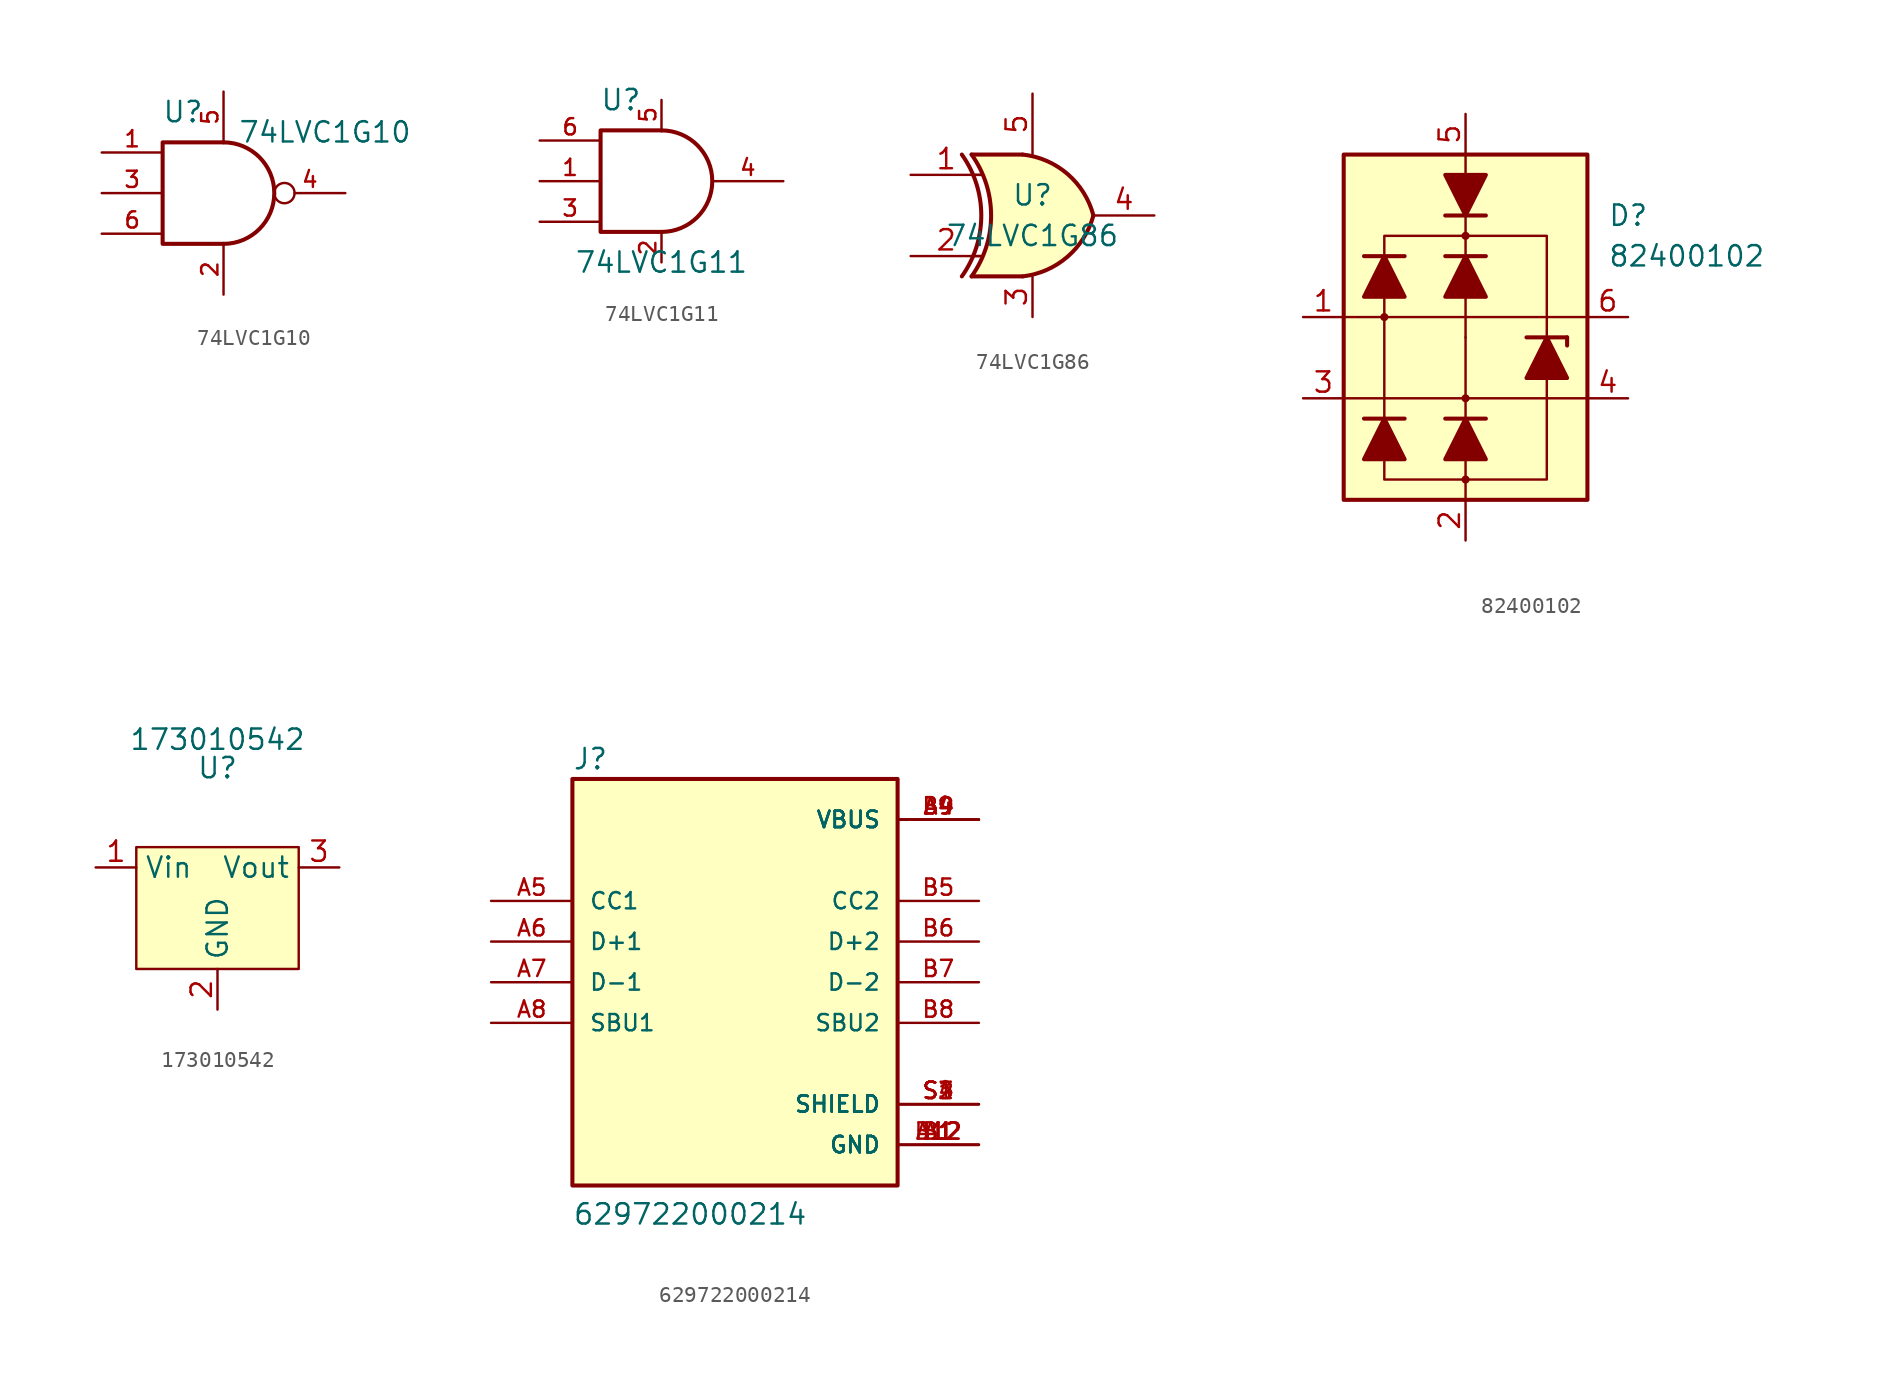
<source format=kicad_sym>
(kicad_symbol_lib
  (version 20231120)
  (generator "kicad_symbol_editor")
  (generator_version "8.0")
  (symbol "74LVC1G10"
    (pin_names
      (offset 1.016) hide)
    (property "Reference" "U"
      (at -2.54 5.08 0)
      (effects (font (size 1.27 1.27))))
    (property "Value" "74LVC1G10"
      (at 6.35 3.81 0)
      (effects (font (size 1.27 1.27))))
    (symbol "74LVC1G10_0_1"
      (arc (start 0 -3.175) (mid 3.1612 0) (end 0 3.175) (stroke (width 0.254) (type default)) (fill (type none)))
      (polyline (pts (xy 0 -3.175) (xy -3.81 -3.175) (xy -3.81 3.175) (xy 0 3.175)) (stroke (width 0.254) (type default)) (fill (type none))))
    (symbol "74LVC1G10_1_1"
      (pin input line (at -7.62 2.54 0) (length 3.81) (name "A" (effects (font (size 1.016 1.016)))) (number "1" (effects (font (size 1.016 1.016)))))
      (pin power_in line (at 0 -6.35 90) (length 3.175) (name "GND" (effects (font (size 1.016 1.016)))) (number "2" (effects (font (size 1.016 1.016)))))
      (pin input line (at -7.62 0 0) (length 3.81) (name "B" (effects (font (size 1.016 1.016)))) (number "3" (effects (font (size 1.016 1.016)))))
      (pin output inverted (at 7.62 0 180) (length 4.445) (name "Y" (effects (font (size 1.016 1.016)))) (number "4" (effects (font (size 1.016 1.016)))))
      (pin power_in line (at 0 6.35 270) (length 3.175) (name "Vcc" (effects (font (size 1.016 1.016)))) (number "5" (effects (font (size 1.016 1.016)))))
      (pin input line (at -7.62 -2.54 0) (length 3.81) (name "C" (effects (font (size 1.016 1.016)))) (number "6" (effects (font (size 1.016 1.016)))))))
  (symbol "74LVC1G11"
    (pin_names
      (offset 1.016))
    (property "Reference" "U"
      (at -2.54 5.08 0)
      (effects (font (size 1.27 1.27))))
    (property "Value" "74LVC1G11"
      (at 0 -5.08 0)
      (effects (font (size 1.27 1.27))))
    (symbol "74LVC1G11_0_1"
      (arc (start 0 -3.175) (mid 3.1612 0) (end 0 3.175) (stroke (width 0.254) (type default)) (fill (type none)))
      (polyline (pts (xy 0 -3.175) (xy -3.81 -3.175) (xy -3.81 3.175) (xy 0 3.175)) (stroke (width 0.254) (type default)) (fill (type none))))
    (symbol "74LVC1G11_1_1"
      (pin input line (at -7.62 0 0) (length 3.81) (name "~" (effects (font (size 1.016 1.016)))) (number "1" (effects (font (size 1.016 1.016)))))
      (pin power_in line (at 0 -5.08 90) (length 1.854) (name "~" (effects (font (size 1.016 1.016)))) (number "2" (effects (font (size 1.016 1.016)))))
      (pin input line (at -7.62 -2.54 0) (length 3.81) (name "~" (effects (font (size 1.016 1.016)))) (number "3" (effects (font (size 1.016 1.016)))))
      (pin output line (at 7.62 0 180) (length 4.445) (name "~" (effects (font (size 1.016 1.016)))) (number "4" (effects (font (size 1.016 1.016)))))
      (pin power_in line (at 0 5.08 270) (length 1.854) (name "~" (effects (font (size 1.016 1.016)))) (number "5" (effects (font (size 1.016 1.016)))))
      (pin input line (at -7.62 2.54 0) (length 3.81) (name "~" (effects (font (size 1.016 1.016)))) (number "6" (effects (font (size 1.016 1.016)))))))
  (symbol "74LVC1G86"
    (pin_names
      (offset 1.016))
    (property "Reference" "U"
      (at 0 1.27 0)
      (effects (font (size 1.27 1.27))))
    (property "Value" "74LVC1G86"
      (at 0 -1.27 0)
      (effects (font (size 1.27 1.27))))
    (symbol "74LVC1G86_1_0"
      (arc (start -4.4196 -3.81) (mid -3.2033 0) (end -4.4196 3.81) (stroke (width 0.254) (type default)) (fill (type none)))
      (arc (start -3.81 -3.81) (mid -2.589 0) (end -3.81 3.81) (stroke (width 0.254) (type default)) (fill (type none)))
      (arc (start -0.6096 -3.81) (mid 2.1842 -2.5851) (end 3.81 0) (stroke (width 0.254) (type default)) (fill (type background)))
      (polyline (pts (xy -3.81 -3.81) (xy -0.635 -3.81)) (stroke (width 0.254) (type default)) (fill (type background)))
      (polyline (pts (xy -3.81 3.81) (xy -0.635 3.81)) (stroke (width 0.254) (type default)) (fill (type background)))
      (polyline (pts (xy -0.635 3.81) (xy -3.81 3.81) (xy -3.81 3.81) (xy -3.556 3.404) (xy -3.023 2.261) (xy -2.692 1.041) (xy -2.616 -0.254) (xy -2.769 -1.499) (xy -3.175 -2.718) (xy -3.81 -3.81) (xy -3.81 -3.81) (xy -0.635 -3.81)) (stroke (width -25.4) (type default)) (fill (type background)))
      (arc (start 3.81 0) (mid 2.1915 2.5936) (end -0.6096 3.81) (stroke (width 0.254) (type default)) (fill (type background)))
      (pin input line (at -7.62 2.54 0) (length 4.445) (name "~" (effects (font (size 1.27 1.27)))) (number "1" (effects (font (size 1.27 1.27)))))
      (pin input line (at -7.62 -2.54 0) (length 4.445) (name "~" (effects (font (size 1.27 1.27)))) (number "2" (effects (font (size 1.27 1.27)))))
      (pin output line (at 7.62 0 180) (length 3.81) (name "~" (effects (font (size 1.27 1.27)))) (number "4" (effects (font (size 1.27 1.27)))))
      (pin power_in line (at 0 7.62 270) (length 3.81) (name "~" (effects (font (size 1.27 1.27)))) (number "5" (effects (font (size 1.27 1.27))))))
    (symbol "74LVC1G86_1_1"
      (polyline (pts (xy -3.81 -2.54) (xy -3.175 -2.54)) (stroke (width 0.152) (type default)) (fill (type none)))
      (polyline (pts (xy -3.81 2.54) (xy -3.175 2.54)) (stroke (width 0.152) (type default)) (fill (type none)))
      (pin power_in line (at 0 -6.35 90) (length 2.54) (name "~" (effects (font (size 1.27 1.27)))) (number "3" (effects (font (size 1.27 1.27)))))))
  (symbol "82400102"
    (pin_names
      (offset 1.016) hide)
    (property "Reference" "D"
      (at 8.89 8.89 0)
      (effects (font (size 1.27 1.27)) (justify left)))
    (property "Value" "82400102"
      (at 8.89 6.35 0)
      (effects (font (size 1.27 1.27)) (justify left)))
    (symbol "82400102_0_1"
      (rectangle (start -7.62 12.7) (end 7.62 -8.89) (stroke (width 0.254) (type default)) (fill (type background)))
      (polyline (pts (xy -7.62 -2.54) (xy 7.62 -2.54)) (stroke (width 0) (type default)) (fill (type none)))
      (polyline (pts (xy -7.62 2.54) (xy 7.62 2.54)) (stroke (width 0) (type default)) (fill (type none)))
      (polyline (pts (xy -5.08 -3.81) (xy -5.08 3.81)) (stroke (width 0) (type default)) (fill (type none)))
      (polyline (pts (xy 0 -8.89) (xy 0 -7.62)) (stroke (width 0) (type default)) (fill (type none)))
      (polyline (pts (xy 0 -7.62) (xy 0 -6.35)) (stroke (width 0) (type default)) (fill (type none)))
      (polyline (pts (xy 0 1.27) (xy 0 -3.81)) (stroke (width 0) (type default)) (fill (type none)))
      (polyline (pts (xy 0 1.27) (xy 0 3.81)) (stroke (width 0) (type default)) (fill (type none)))
      (polyline (pts (xy 0 6.35) (xy 0 7.62)) (stroke (width 0) (type default)) (fill (type none)))
      (polyline (pts (xy 0 8.89) (xy 0 7.62)) (stroke (width 0) (type default)) (fill (type none)))
      (polyline (pts (xy 0 11.43) (xy 0 12.7)) (stroke (width 0) (type default)) (fill (type none)))
      (polyline (pts (xy -5.08 -6.35) (xy -5.08 -7.62) (xy 5.08 -7.62) (xy 5.08 -1.27)) (stroke (width 0) (type default)) (fill (type none)))
      (polyline (pts (xy 5.08 1.27) (xy 5.08 7.62) (xy -5.08 7.62) (xy -5.08 6.35)) (stroke (width 0) (type default)) (fill (type none))))
    (symbol "82400102_1_1"
      (circle (center -5.08 2.54) (radius 0.178) (stroke (width 0) (type default)) (fill (type outline)))
      (circle (center 0 -7.62) (radius 0.178) (stroke (width 0) (type default)) (fill (type outline)))
      (circle (center 0 -2.54) (radius 0.178) (stroke (width 0) (type default)) (fill (type outline)))
      (polyline (pts (xy -3.81 -3.81) (xy -6.35 -3.81)) (stroke (width 0.254) (type default)) (fill (type none)))
      (polyline (pts (xy -3.81 6.35) (xy -6.35 6.35)) (stroke (width 0.254) (type default)) (fill (type none)))
      (polyline (pts (xy 0 -6.35) (xy 0 -3.81)) (stroke (width 0) (type default)) (fill (type none)))
      (polyline (pts (xy 0 3.81) (xy 0 6.35)) (stroke (width 0) (type default)) (fill (type none)))
      (polyline (pts (xy 0 11.43) (xy 0 8.89)) (stroke (width 0) (type default)) (fill (type none)))
      (polyline (pts (xy 1.27 -3.81) (xy -1.27 -3.81)) (stroke (width 0.254) (type default)) (fill (type none)))
      (polyline (pts (xy 1.27 6.35) (xy -1.27 6.35)) (stroke (width 0.254) (type default)) (fill (type none)))
      (polyline (pts (xy 1.27 8.89) (xy -1.27 8.89)) (stroke (width 0.254) (type default)) (fill (type none)))
      (polyline (pts (xy 3.81 1.27) (xy 6.35 1.27)) (stroke (width 0.254) (type default)) (fill (type none)))
      (polyline (pts (xy 5.08 -1.27) (xy 5.08 1.27)) (stroke (width 0) (type default)) (fill (type none)))
      (polyline (pts (xy 6.35 1.27) (xy 6.35 0.762)) (stroke (width 0.254) (type default)) (fill (type none)))
      (polyline (pts (xy -3.81 -6.35) (xy -6.35 -6.35) (xy -5.08 -3.81) (xy -3.81 -6.35)) (stroke (width 0.254) (type default)) (fill (type outline)))
      (polyline (pts (xy -3.81 3.81) (xy -6.35 3.81) (xy -5.08 6.35) (xy -3.81 3.81)) (stroke (width 0.254) (type default)) (fill (type outline)))
      (polyline (pts (xy -1.27 11.43) (xy 1.27 11.43) (xy 0 8.89) (xy -1.27 11.43)) (stroke (width 0.254) (type default)) (fill (type outline)))
      (polyline (pts (xy 1.27 -6.35) (xy -1.27 -6.35) (xy 0 -3.81) (xy 1.27 -6.35)) (stroke (width 0.254) (type default)) (fill (type outline)))
      (polyline (pts (xy 1.27 3.81) (xy -1.27 3.81) (xy 0 6.35) (xy 1.27 3.81)) (stroke (width 0.254) (type default)) (fill (type outline)))
      (polyline (pts (xy 6.35 -1.27) (xy 3.81 -1.27) (xy 5.08 1.27) (xy 6.35 -1.27)) (stroke (width 0.254) (type default)) (fill (type outline)))
      (circle (center 0 7.62) (radius 0.178) (stroke (width 0) (type default)) (fill (type outline)))
      (pin passive line (at -10.16 2.54 0) (length 2.54) (name "L1" (effects (font (size 1.27 1.27)))) (number "1" (effects (font (size 1.27 1.27)))))
      (pin passive line (at 0 -11.43 90) (length 2.54) (name "VN" (effects (font (size 1.27 1.27)))) (number "2" (effects (font (size 1.27 1.27)))))
      (pin passive line (at -10.16 -2.54 0) (length 2.54) (name "L2" (effects (font (size 1.27 1.27)))) (number "3" (effects (font (size 1.27 1.27)))))
      (pin passive line (at 10.16 -2.54 180) (length 2.54) (name "L2" (effects (font (size 1.27 1.27)))) (number "4" (effects (font (size 1.27 1.27)))))
      (pin passive line (at 0 15.24 270) (length 2.54) (name "VP" (effects (font (size 1.27 1.27)))) (number "5" (effects (font (size 1.27 1.27)))))
      (pin passive line (at 10.16 2.54 180) (length 2.54) (name "L1" (effects (font (size 1.27 1.27)))) (number "6" (effects (font (size 1.27 1.27)))))))
  (symbol "173010542"
    (property "Reference" "U"
      (at 0 8.763 0)
      (effects (font (size 1.27 1.27))))
    (property "Value" "173010542"
      (at 0 10.541 0)
      (effects (font (size 1.27 1.27))))
    (symbol "173010542_0_1"
      (rectangle (start -5.08 3.81) (end 5.08 -3.81) (stroke (width 0) (type default)) (fill (type background))))
    (symbol "173010542_1_1"
      (pin passive line (at -7.62 2.54 0) (length 2.54) (name "Vin" (effects (font (size 1.27 1.27)))) (number "1" (effects (font (size 1.27 1.27)))))
      (pin passive line (at 0 -6.35 90) (length 2.54) (name "GND" (effects (font (size 1.27 1.27)))) (number "2" (effects (font (size 1.27 1.27)))))
      (pin passive line (at 7.62 2.54 180) (length 2.54) (name "Vout" (effects (font (size 1.27 1.27)))) (number "3" (effects (font (size 1.27 1.27)))))))
  (symbol "629722000214"
    (pin_names
      (offset 1.016))
    (property "Reference" "J"
      (at -10.16 13.208 0)
      (effects (font (size 1.27 1.27)) (justify left bottom)))
    (property "Value" "629722000214"
      (at -10.16 -15.24 0)
      (effects (font (size 1.27 1.27)) (justify left bottom)))
    (symbol "629722000214_0_0"
      (rectangle (start -10.16 -12.7) (end 10.16 12.7) (stroke (width 0.254) (type default)) (fill (type background)))
      (pin power_in line (at 15.24 -10.16 180) (length 5.08) (name "GND" (effects (font (size 1.016 1.016)))) (number "A1" (effects (font (size 1.016 1.016)))))
      (pin power_in line (at 15.24 -10.16 180) (length 5.08) (name "GND" (effects (font (size 1.016 1.016)))) (number "A12" (effects (font (size 1.016 1.016)))))
      (pin power_in line (at 15.24 10.16 180) (length 5.08) (name "VBUS" (effects (font (size 1.016 1.016)))) (number "A4" (effects (font (size 1.016 1.016)))))
      (pin bidirectional line (at -15.24 5.08 0) (length 5.08) (name "CC1" (effects (font (size 1.016 1.016)))) (number "A5" (effects (font (size 1.016 1.016)))))
      (pin bidirectional line (at -15.24 2.54 0) (length 5.08) (name "D+1" (effects (font (size 1.016 1.016)))) (number "A6" (effects (font (size 1.016 1.016)))))
      (pin bidirectional line (at -15.24 0 0) (length 5.08) (name "D-1" (effects (font (size 1.016 1.016)))) (number "A7" (effects (font (size 1.016 1.016)))))
      (pin bidirectional line (at -15.24 -2.54 0) (length 5.08) (name "SBU1" (effects (font (size 1.016 1.016)))) (number "A8" (effects (font (size 1.016 1.016)))))
      (pin power_in line (at 15.24 10.16 180) (length 5.08) (name "VBUS" (effects (font (size 1.016 1.016)))) (number "A9" (effects (font (size 1.016 1.016)))))
      (pin power_in line (at 15.24 -10.16 180) (length 5.08) (name "GND" (effects (font (size 1.016 1.016)))) (number "B1" (effects (font (size 1.016 1.016)))))
      (pin power_in line (at 15.24 -10.16 180) (length 5.08) (name "GND" (effects (font (size 1.016 1.016)))) (number "B12" (effects (font (size 1.016 1.016)))))
      (pin power_in line (at 15.24 10.16 180) (length 5.08) (name "VBUS" (effects (font (size 1.016 1.016)))) (number "B4" (effects (font (size 1.016 1.016)))))
      (pin bidirectional line (at 15.24 5.08 180) (length 5.08) (name "CC2" (effects (font (size 1.016 1.016)))) (number "B5" (effects (font (size 1.016 1.016)))))
      (pin bidirectional line (at 15.24 2.54 180) (length 5.08) (name "D+2" (effects (font (size 1.016 1.016)))) (number "B6" (effects (font (size 1.016 1.016)))))
      (pin bidirectional line (at 15.24 0 180) (length 5.08) (name "D-2" (effects (font (size 1.016 1.016)))) (number "B7" (effects (font (size 1.016 1.016)))))
      (pin bidirectional line (at 15.24 -2.54 180) (length 5.08) (name "SBU2" (effects (font (size 1.016 1.016)))) (number "B8" (effects (font (size 1.016 1.016)))))
      (pin power_in line (at 15.24 10.16 180) (length 5.08) (name "VBUS" (effects (font (size 1.016 1.016)))) (number "B9" (effects (font (size 1.016 1.016)))))
      (pin power_in line (at 15.24 -7.62 180) (length 5.08) (name "SHIELD" (effects (font (size 1.016 1.016)))) (number "S1" (effects (font (size 1.016 1.016)))))
      (pin power_in line (at 15.24 -7.62 180) (length 5.08) (name "SHIELD" (effects (font (size 1.016 1.016)))) (number "S2" (effects (font (size 1.016 1.016)))))
      (pin power_in line (at 15.24 -7.62 180) (length 5.08) (name "SHIELD" (effects (font (size 1.016 1.016)))) (number "S3" (effects (font (size 1.016 1.016)))))
      (pin power_in line (at 15.24 -7.62 180) (length 5.08) (name "SHIELD" (effects (font (size 1.016 1.016)))) (number "S4" (effects (font (size 1.016 1.016))))))))
</source>
